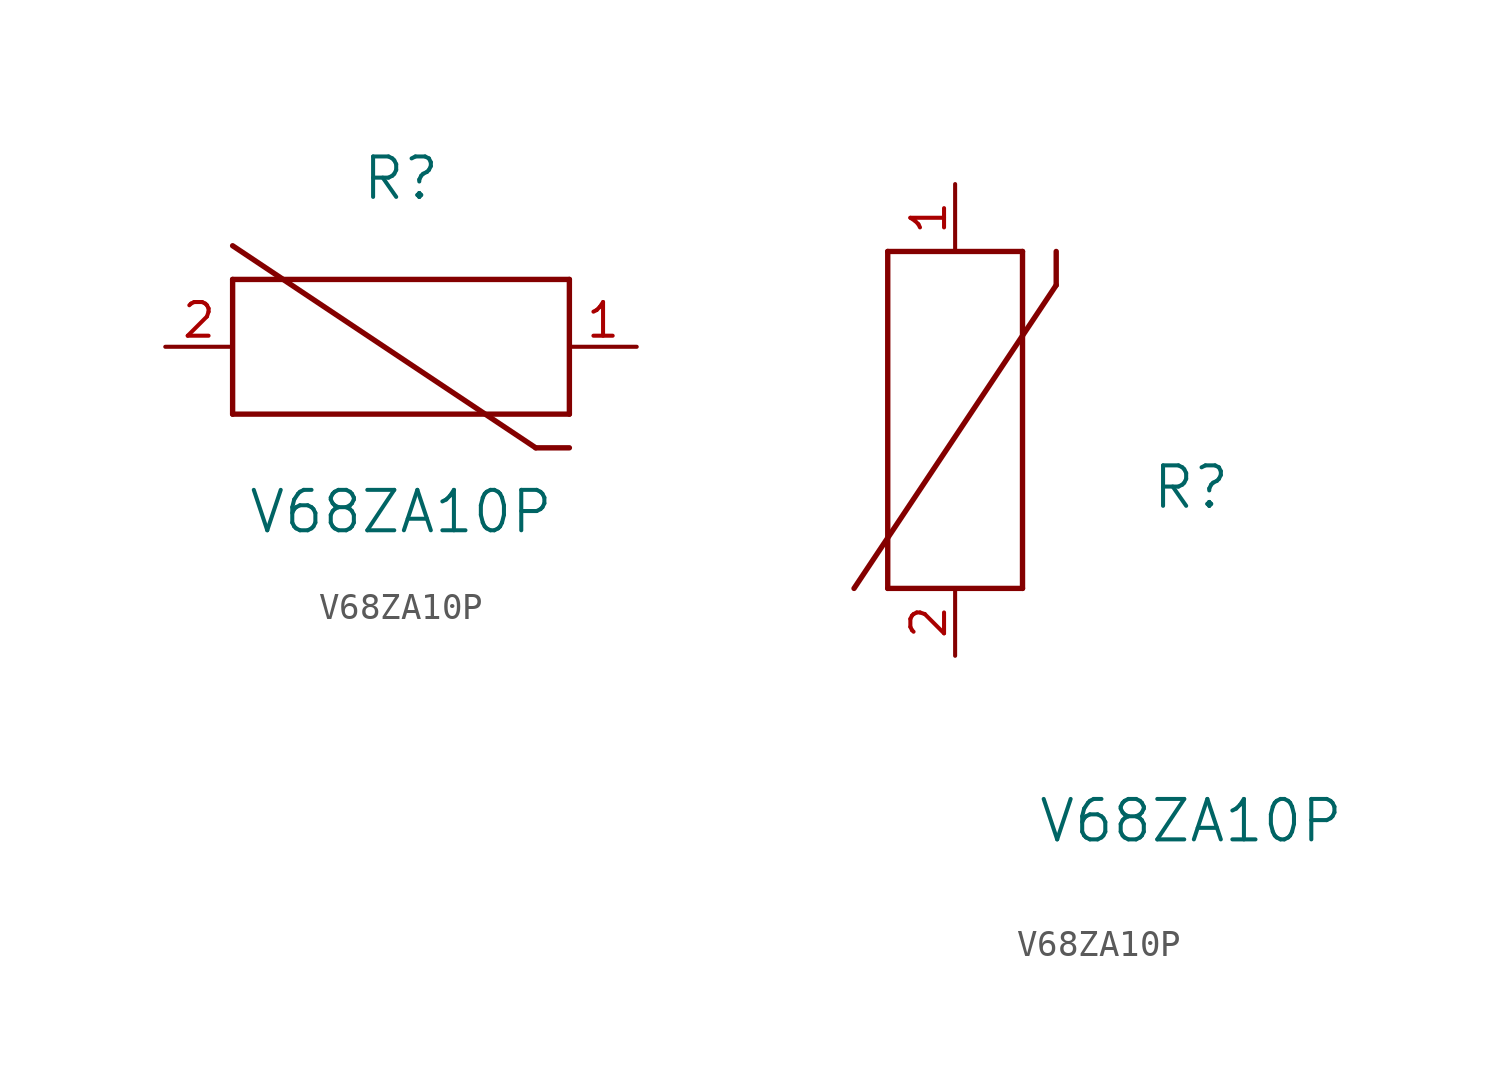
<source format=kicad_sym>
(kicad_symbol_lib
  (version 20211014)
  (generator kicad_symbol_editor)
  (symbol "V68ZA10P"
    (pin_names
      (offset 0.254))
    (property "Reference" "R"
      (at 8.89 6.35 0)
      (effects (font (size 1.524 1.524))))
    (property "Value" "V68ZA10P"
      (at 8.89 -6.223 0)
      (effects (font (size 1.524 1.524))))
    (symbol "V68ZA10P_1_1"
      (polyline (pts (xy 2.54 2.54) (xy 15.24 2.54)) (stroke (width 0.203) (type default) (color 0 0 0 0)) (fill (type none)))
      (polyline (pts (xy 2.54 -2.54) (xy 15.24 -2.54)) (stroke (width 0.203) (type default) (color 0 0 0 0)) (fill (type none)))
      (polyline (pts (xy 15.24 2.54) (xy 15.24 -2.54)) (stroke (width 0.203) (type default) (color 0 0 0 0)) (fill (type none)))
      (polyline (pts (xy 2.54 -2.54) (xy 2.54 2.54)) (stroke (width 0.203) (type default) (color 0 0 0 0)) (fill (type none)))
      (polyline (pts (xy 2.54 3.81) (xy 13.97 -3.81)) (stroke (width 0.203) (type default) (color 0 0 0 0)) (fill (type none)))
      (polyline (pts (xy 13.97 -3.81) (xy 15.24 -3.81)) (stroke (width 0.203) (type default) (color 0 0 0 0)) (fill (type none)))
      (pin unspecified line (at 0 0 0) (length 2.54) (name "" (effects (font (size 1.27 1.27)))) (number "2" (effects (font (size 1.27 1.27)))))
      (pin unspecified line (at 17.78 0 180) (length 2.54) (name "" (effects (font (size 1.27 1.27)))) (number "1" (effects (font (size 1.27 1.27))))))
    (symbol "V68ZA10P_1_2"
      (polyline (pts (xy 2.54 2.54) (xy -2.54 2.54)) (stroke (width 0.203) (type default) (color 0 0 0 0)) (fill (type none)))
      (polyline (pts (xy -2.54 2.54) (xy -2.54 15.24)) (stroke (width 0.203) (type default) (color 0 0 0 0)) (fill (type none)))
      (polyline (pts (xy 2.54 2.54) (xy 2.54 15.24)) (stroke (width 0.203) (type default) (color 0 0 0 0)) (fill (type none)))
      (polyline (pts (xy -2.54 15.24) (xy 2.54 15.24)) (stroke (width 0.203) (type default) (color 0 0 0 0)) (fill (type none)))
      (polyline (pts (xy 3.81 13.97) (xy 3.81 15.24)) (stroke (width 0.203) (type default) (color 0 0 0 0)) (fill (type none)))
      (polyline (pts (xy 3.81 13.97) (xy -3.81 2.54)) (stroke (width 0.203) (type default) (color 0 0 0 0)) (fill (type none)))
      (pin unspecified line (at 0 0 90) (length 2.54) (name "" (effects (font (size 1.27 1.27)))) (number "2" (effects (font (size 1.27 1.27)))))
      (pin unspecified line (at 0 17.78 270) (length 2.54) (name "" (effects (font (size 1.27 1.27)))) (number "1" (effects (font (size 1.27 1.27))))))))
</source>
